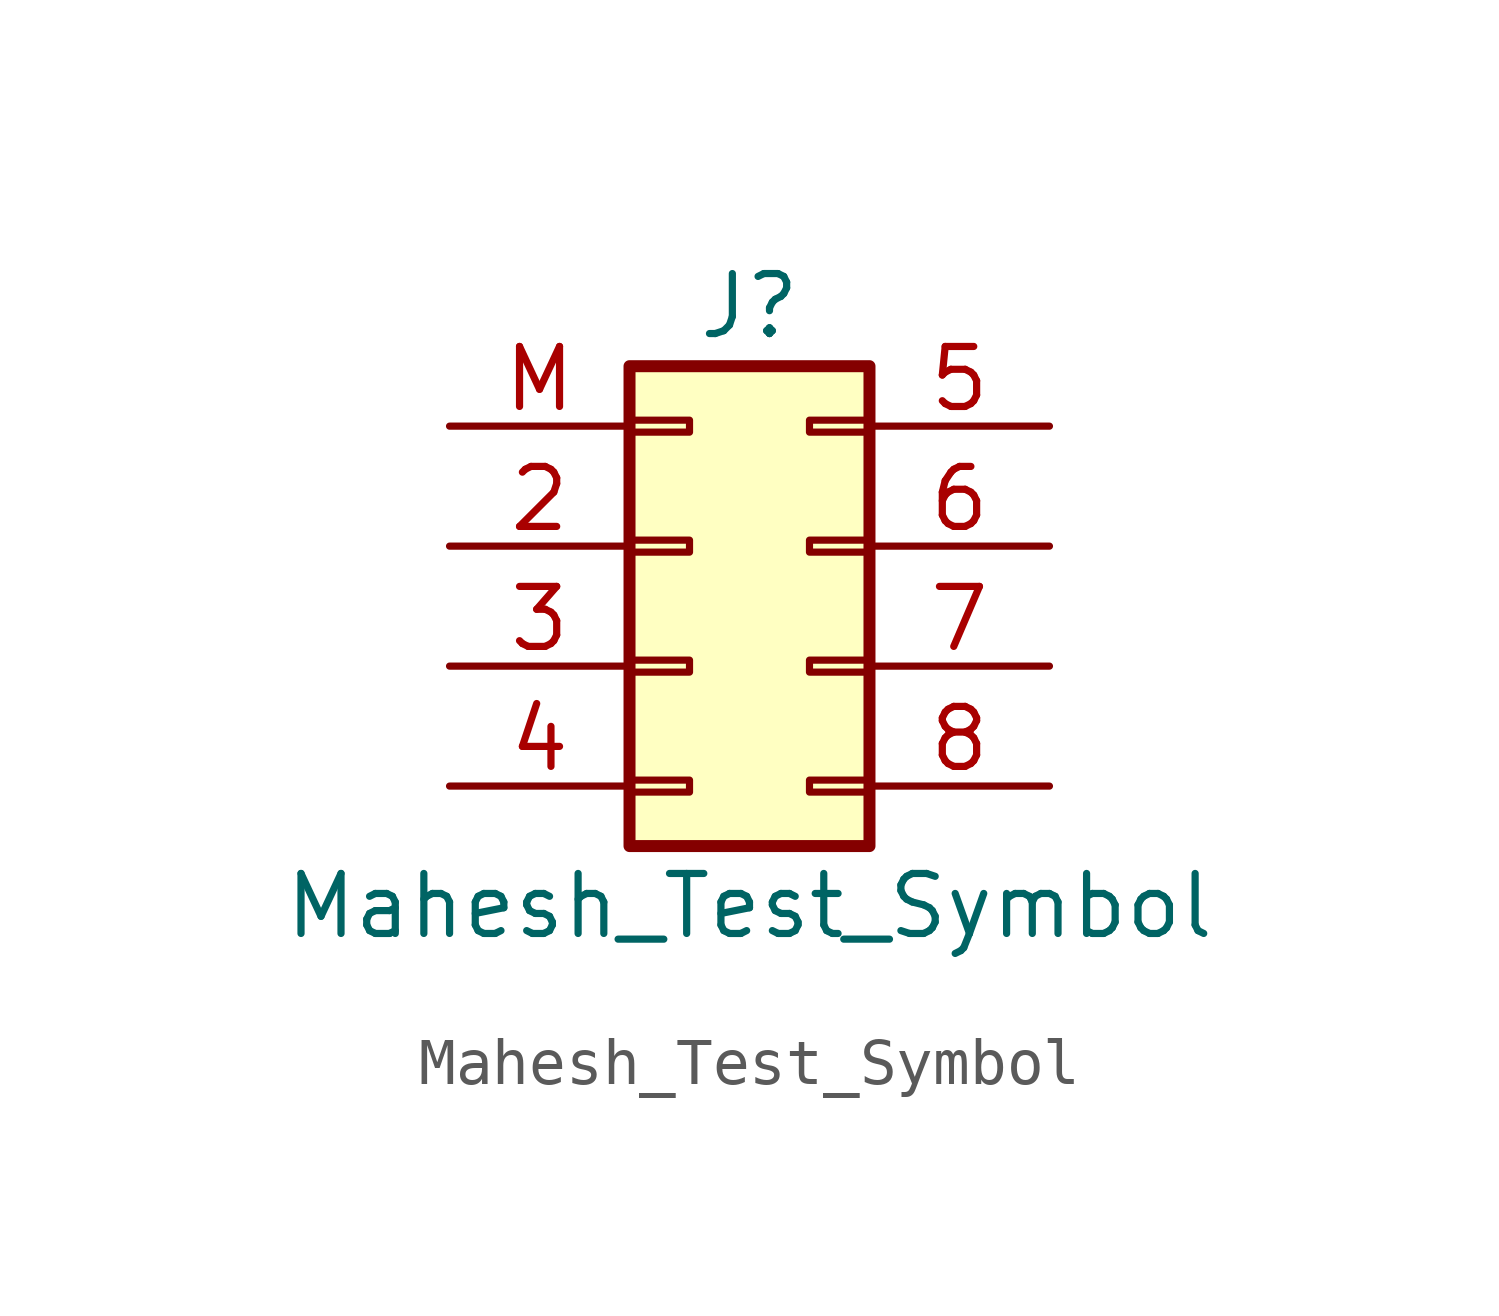
<source format=kicad_sym>
(kicad_symbol_lib
  (version 20211014)
  (generator kicad_symbol_editor)
  (symbol "Mahesh_Test_Symbol"
    (pin_names
      (offset 1.016) hide)
    (property "Reference" "J"
      (at 1.27 5.08 0)
      (effects (font (size 1.27 1.27))))
    (property "Value" "Mahesh_Test_Symbol"
      (at 1.27 -7.62 0)
      (effects (font (size 1.27 1.27))))
    (symbol "Mahesh_Test_Symbol_1_1"
      (rectangle (start -1.27 -4.953) (end 0 -5.207) (stroke (width 0.152) (type default) (color 0 0 0 0)) (fill (type none)))
      (rectangle (start -1.27 -2.413) (end 0 -2.667) (stroke (width 0.152) (type default) (color 0 0 0 0)) (fill (type none)))
      (rectangle (start -1.27 0.127) (end 0 -0.127) (stroke (width 0.152) (type default) (color 0 0 0 0)) (fill (type none)))
      (rectangle (start -1.27 2.667) (end 0 2.413) (stroke (width 0.152) (type default) (color 0 0 0 0)) (fill (type none)))
      (rectangle (start -1.27 3.81) (end 3.81 -6.35) (stroke (width 0.254) (type default) (color 0 0 0 0)) (fill (type background)))
      (rectangle (start 3.81 -4.953) (end 2.54 -5.207) (stroke (width 0.152) (type default) (color 0 0 0 0)) (fill (type none)))
      (rectangle (start 3.81 -2.413) (end 2.54 -2.667) (stroke (width 0.152) (type default) (color 0 0 0 0)) (fill (type none)))
      (rectangle (start 3.81 0.127) (end 2.54 -0.127) (stroke (width 0.152) (type default) (color 0 0 0 0)) (fill (type none)))
      (rectangle (start 3.81 2.667) (end 2.54 2.413) (stroke (width 0.152) (type default) (color 0 0 0 0)) (fill (type none)))
      (pin passive line (at -5.08 0 0) (length 3.81) (name "Pin_2" (effects (font (size 1.27 1.27)))) (number "2" (effects (font (size 1.27 1.27)))))
      (pin passive line (at -5.08 -2.54 0) (length 3.81) (name "Pin_3" (effects (font (size 1.27 1.27)))) (number "3" (effects (font (size 1.27 1.27)))))
      (pin passive line (at -5.08 -5.08 0) (length 3.81) (name "Pin_4" (effects (font (size 1.27 1.27)))) (number "4" (effects (font (size 1.27 1.27)))))
      (pin passive line (at 7.62 2.54 180) (length 3.81) (name "Pin_5" (effects (font (size 1.27 1.27)))) (number "5" (effects (font (size 1.27 1.27)))))
      (pin passive line (at 7.62 0 180) (length 3.81) (name "Pin_6" (effects (font (size 1.27 1.27)))) (number "6" (effects (font (size 1.27 1.27)))))
      (pin passive line (at 7.62 -2.54 180) (length 3.81) (name "Pin_7" (effects (font (size 1.27 1.27)))) (number "7" (effects (font (size 1.27 1.27)))))
      (pin passive line (at 7.62 -5.08 180) (length 3.81) (name "Pin_8" (effects (font (size 1.27 1.27)))) (number "8" (effects (font (size 1.27 1.27)))))
      (pin passive line (at -5.08 2.54 0) (length 3.81) (name "M" (effects (font (size 1.27 1.27)))) (number "M" (effects (font (size 1.27 1.27))))))))
</source>
